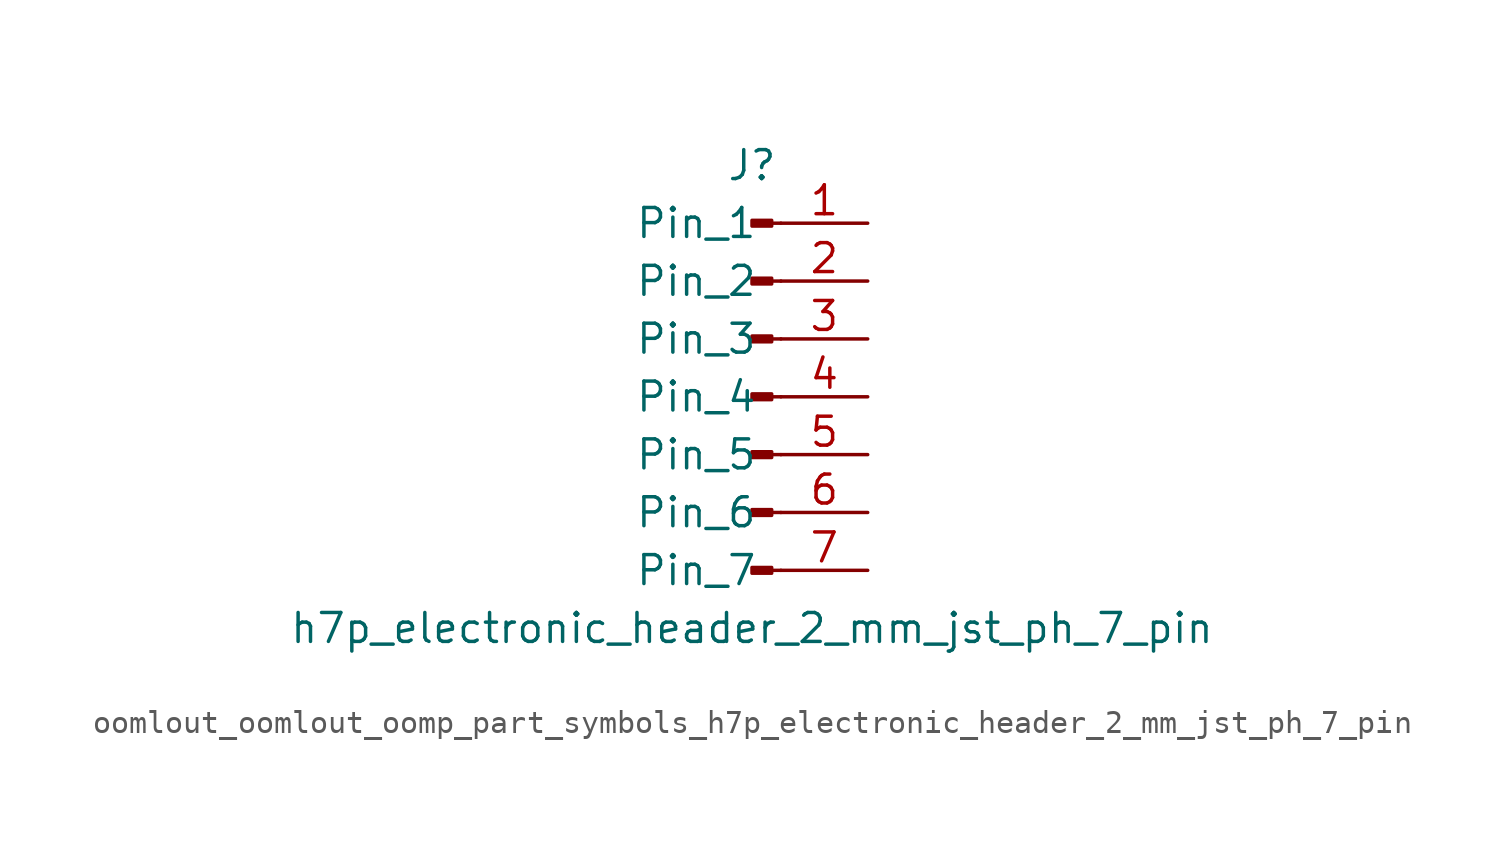
<source format=kicad_sym>
(kicad_symbol_lib
  (version 20220914)
  (generator kicad_symbol_editor)
  (symbol "oomlout_oomlout_oomp_part_symbols_h7p_electronic_header_2_mm_jst_ph_7_pin"
    (pin_names
      (offset 1.016))
    (property "Reference" "J"
      (at 0 10.16 0)
      (effects (font (size 1.27 1.27))))
    (property "Value" "h7p_electronic_header_2_mm_jst_ph_7_pin"
      (at 0 -10.16 0)
      (effects (font (size 1.27 1.27))))
    (property "ki_locked" ""
      (at 0 0 0)
      (effects (font (size 1.27 1.27))))
    (symbol "oomlout_oomlout_oomp_part_symbols_h7p_electronic_header_2_mm_jst_ph_7_pin_1_1"
      (polyline (pts (xy 1.27 -7.62) (xy 0.864 -7.62)) (stroke (width 0.152) (type default)) (fill (type none)))
      (polyline (pts (xy 1.27 -5.08) (xy 0.864 -5.08)) (stroke (width 0.152) (type default)) (fill (type none)))
      (polyline (pts (xy 1.27 -2.54) (xy 0.864 -2.54)) (stroke (width 0.152) (type default)) (fill (type none)))
      (polyline (pts (xy 1.27 0) (xy 0.864 0)) (stroke (width 0.152) (type default)) (fill (type none)))
      (polyline (pts (xy 1.27 2.54) (xy 0.864 2.54)) (stroke (width 0.152) (type default)) (fill (type none)))
      (polyline (pts (xy 1.27 5.08) (xy 0.864 5.08)) (stroke (width 0.152) (type default)) (fill (type none)))
      (polyline (pts (xy 1.27 7.62) (xy 0.864 7.62)) (stroke (width 0.152) (type default)) (fill (type none)))
      (rectangle (start 0.864 -7.493) (end 0 -7.747) (stroke (width 0.152) (type default)) (fill (type outline)))
      (rectangle (start 0.864 -4.953) (end 0 -5.207) (stroke (width 0.152) (type default)) (fill (type outline)))
      (rectangle (start 0.864 -2.413) (end 0 -2.667) (stroke (width 0.152) (type default)) (fill (type outline)))
      (rectangle (start 0.864 0.127) (end 0 -0.127) (stroke (width 0.152) (type default)) (fill (type outline)))
      (rectangle (start 0.864 2.667) (end 0 2.413) (stroke (width 0.152) (type default)) (fill (type outline)))
      (rectangle (start 0.864 5.207) (end 0 4.953) (stroke (width 0.152) (type default)) (fill (type outline)))
      (rectangle (start 0.864 7.747) (end 0 7.493) (stroke (width 0.152) (type default)) (fill (type outline)))
      (pin passive line (at 5.08 7.62 180) (length 3.81) (name "Pin_1" (effects (font (size 1.27 1.27)))) (number "1" (effects (font (size 1.27 1.27)))))
      (pin passive line (at 5.08 5.08 180) (length 3.81) (name "Pin_2" (effects (font (size 1.27 1.27)))) (number "2" (effects (font (size 1.27 1.27)))))
      (pin passive line (at 5.08 2.54 180) (length 3.81) (name "Pin_3" (effects (font (size 1.27 1.27)))) (number "3" (effects (font (size 1.27 1.27)))))
      (pin passive line (at 5.08 0 180) (length 3.81) (name "Pin_4" (effects (font (size 1.27 1.27)))) (number "4" (effects (font (size 1.27 1.27)))))
      (pin passive line (at 5.08 -2.54 180) (length 3.81) (name "Pin_5" (effects (font (size 1.27 1.27)))) (number "5" (effects (font (size 1.27 1.27)))))
      (pin passive line (at 5.08 -5.08 180) (length 3.81) (name "Pin_6" (effects (font (size 1.27 1.27)))) (number "6" (effects (font (size 1.27 1.27)))))
      (pin passive line (at 5.08 -7.62 180) (length 3.81) (name "Pin_7" (effects (font (size 1.27 1.27)))) (number "7" (effects (font (size 1.27 1.27))))))))
</source>
